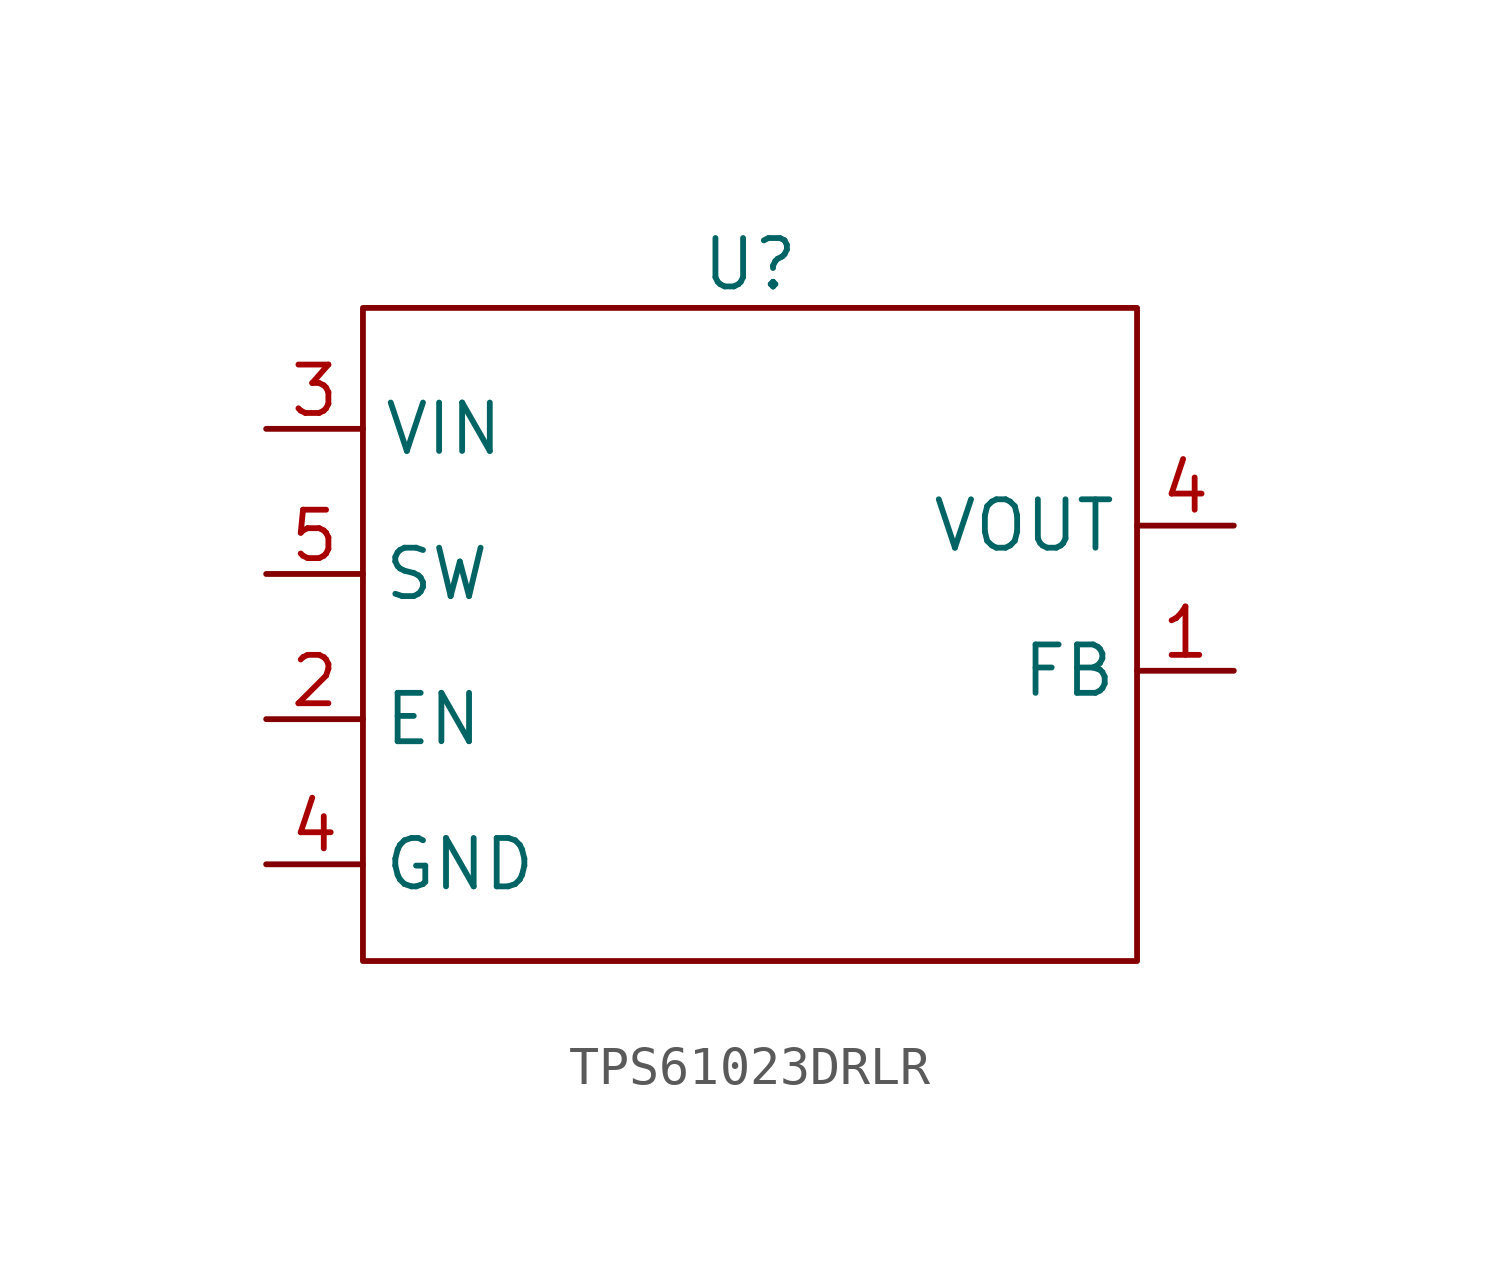
<source format=kicad_sym>
(kicad_symbol_lib
  (version 20241209)
  (generator "kicad_symbol_editor")
  (generator_version "9.0")
  (symbol "TPS61023DRLR"
    (property "Reference" "U"
      (at 0 9.398 0)
      (effects (font (size 1.27 1.27))))
    (property "Value" ""
      (at 0 0 0)
      (effects (font (size 1.27 1.27))))
    (symbol "TPS61023DRLR_0_1"
      (rectangle (start -10.16 8.255) (end 10.16 -8.89) (stroke (width 0) (type default)) (fill (type none))))
    (symbol "TPS61023DRLR_1_1"
      (pin power_in line (at -12.7 5.08 0) (length 2.54) (name "VIN" (effects (font (size 1.27 1.27)))) (number "3" (effects (font (size 1.27 1.27)))))
      (pin output line (at -12.7 1.27 0) (length 2.54) (name "SW" (effects (font (size 1.27 1.27)))) (number "5" (effects (font (size 1.27 1.27)))))
      (pin input line (at -12.7 -2.54 0) (length 2.54) (name "EN" (effects (font (size 1.27 1.27)))) (number "2" (effects (font (size 1.27 1.27)))))
      (pin power_out line (at -12.7 -6.35 0) (length 2.54) (name "GND" (effects (font (size 1.27 1.27)))) (number "4" (effects (font (size 1.27 1.27)))))
      (pin power_out line (at 12.7 2.54 180) (length 2.54) (name "VOUT" (effects (font (size 1.27 1.27)))) (number "4" (effects (font (size 1.27 1.27)))))
      (pin power_out line (at 12.7 -1.27 180) (length 2.54) (name "FB" (effects (font (size 1.27 1.27)))) (number "1" (effects (font (size 1.27 1.27))))))))
</source>
